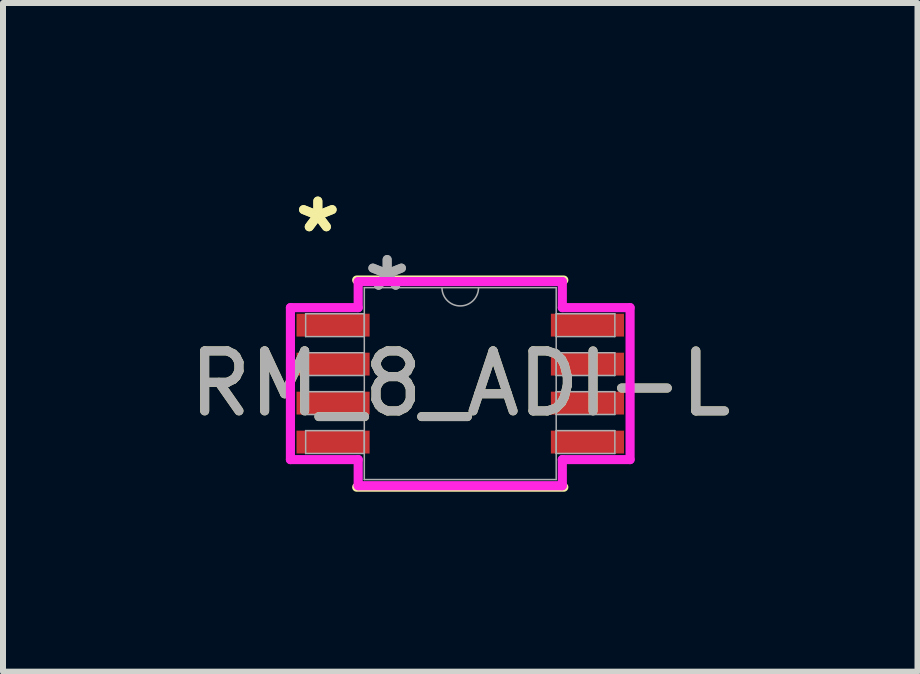
<source format=kicad_pcb>
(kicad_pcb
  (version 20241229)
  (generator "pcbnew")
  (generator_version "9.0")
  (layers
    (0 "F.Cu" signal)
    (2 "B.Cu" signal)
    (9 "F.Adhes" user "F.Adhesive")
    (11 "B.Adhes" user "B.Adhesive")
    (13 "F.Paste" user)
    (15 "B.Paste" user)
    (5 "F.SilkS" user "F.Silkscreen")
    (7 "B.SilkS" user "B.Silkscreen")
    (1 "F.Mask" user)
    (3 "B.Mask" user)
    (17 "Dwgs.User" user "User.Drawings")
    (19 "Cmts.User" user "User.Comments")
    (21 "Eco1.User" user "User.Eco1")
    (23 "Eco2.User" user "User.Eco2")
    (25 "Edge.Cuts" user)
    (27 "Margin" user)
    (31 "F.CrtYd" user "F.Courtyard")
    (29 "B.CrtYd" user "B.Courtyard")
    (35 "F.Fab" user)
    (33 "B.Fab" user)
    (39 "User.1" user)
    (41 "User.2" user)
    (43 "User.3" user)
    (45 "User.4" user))
  (footprint "RM_8_ADI-L"
    (layer "F.Cu")
    (at 4.625 3.347)
    (property "Reference" "RM_8_ADI-L" (at 0 0 0) (unlocked yes) (layer "F.SilkS") (effects (font (size 1 1) (thickness 0.15))))
    (attr smd)
    (fp_line (start -1.727 1.727) (end 1.727 1.727) (stroke (width 0.152) (type solid)) (layer "F.SilkS"))
    (fp_line (start 1.727 -1.727) (end -1.727 -1.727) (stroke (width 0.152) (type solid)) (layer "F.SilkS"))
    (fp_line (start -2.832 -1.267) (end -1.702 -1.267) (stroke (width 0.152) (type solid)) (layer "F.CrtYd"))
    (fp_line (start -2.832 1.267) (end -2.832 -1.267) (stroke (width 0.152) (type solid)) (layer "F.CrtYd"))
    (fp_line (start -2.832 1.267) (end -1.702 1.267) (stroke (width 0.152) (type solid)) (layer "F.CrtYd"))
    (fp_line (start -1.702 -1.702) (end 1.702 -1.702) (stroke (width 0.152) (type solid)) (layer "F.CrtYd"))
    (fp_line (start -1.702 -1.267) (end -1.702 -1.702) (stroke (width 0.152) (type solid)) (layer "F.CrtYd"))
    (fp_line (start -1.702 1.702) (end -1.702 1.267) (stroke (width 0.152) (type solid)) (layer "F.CrtYd"))
    (fp_line (start 1.702 -1.702) (end 1.702 -1.267) (stroke (width 0.152) (type solid)) (layer "F.CrtYd"))
    (fp_line (start 1.702 1.267) (end 1.702 1.702) (stroke (width 0.152) (type solid)) (layer "F.CrtYd"))
    (fp_line (start 1.702 1.702) (end -1.702 1.702) (stroke (width 0.152) (type solid)) (layer "F.CrtYd"))
    (fp_line (start 2.832 -1.267) (end 1.702 -1.267) (stroke (width 0.152) (type solid)) (layer "F.CrtYd"))
    (fp_line (start 2.832 -1.267) (end 2.832 1.267) (stroke (width 0.152) (type solid)) (layer "F.CrtYd"))
    (fp_line (start 2.832 1.267) (end 1.702 1.267) (stroke (width 0.152) (type solid)) (layer "F.CrtYd"))
    (fp_line (start -2.578 -1.165) (end -2.578 -0.784) (stroke (width 0.025) (type solid)) (layer "F.Fab"))
    (fp_line (start -2.578 -0.784) (end -1.6 -0.784) (stroke (width 0.025) (type solid)) (layer "F.Fab"))
    (fp_line (start -2.578 -0.515) (end -2.578 -0.135) (stroke (width 0.025) (type solid)) (layer "F.Fab"))
    (fp_line (start -2.578 -0.135) (end -1.6 -0.135) (stroke (width 0.025) (type solid)) (layer "F.Fab"))
    (fp_line (start -2.578 0.135) (end -2.578 0.515) (stroke (width 0.025) (type solid)) (layer "F.Fab"))
    (fp_line (start -2.578 0.515) (end -1.6 0.515) (stroke (width 0.025) (type solid)) (layer "F.Fab"))
    (fp_line (start -2.578 0.784) (end -2.578 1.165) (stroke (width 0.025) (type solid)) (layer "F.Fab"))
    (fp_line (start -2.578 1.165) (end -1.6 1.165) (stroke (width 0.025) (type solid)) (layer "F.Fab"))
    (fp_line (start -1.6 -1.6) (end -1.6 1.6) (stroke (width 0.025) (type solid)) (layer "F.Fab"))
    (fp_line (start -1.6 -1.165) (end -2.578 -1.165) (stroke (width 0.025) (type solid)) (layer "F.Fab"))
    (fp_line (start -1.6 -0.784) (end -1.6 -1.165) (stroke (width 0.025) (type solid)) (layer "F.Fab"))
    (fp_line (start -1.6 -0.515) (end -2.578 -0.515) (stroke (width 0.025) (type solid)) (layer "F.Fab"))
    (fp_line (start -1.6 -0.135) (end -1.6 -0.515) (stroke (width 0.025) (type solid)) (layer "F.Fab"))
    (fp_line (start -1.6 0.135) (end -2.578 0.135) (stroke (width 0.025) (type solid)) (layer "F.Fab"))
    (fp_line (start -1.6 0.515) (end -1.6 0.135) (stroke (width 0.025) (type solid)) (layer "F.Fab"))
    (fp_line (start -1.6 0.784) (end -2.578 0.784) (stroke (width 0.025) (type solid)) (layer "F.Fab"))
    (fp_line (start -1.6 1.165) (end -1.6 0.784) (stroke (width 0.025) (type solid)) (layer "F.Fab"))
    (fp_line (start -1.6 1.6) (end 1.6 1.6) (stroke (width 0.025) (type solid)) (layer "F.Fab"))
    (fp_line (start 1.6 -1.6) (end -1.6 -1.6) (stroke (width 0.025) (type solid)) (layer "F.Fab"))
    (fp_line (start 1.6 -1.165) (end 1.6 -0.784) (stroke (width 0.025) (type solid)) (layer "F.Fab"))
    (fp_line (start 1.6 -0.784) (end 2.578 -0.784) (stroke (width 0.025) (type solid)) (layer "F.Fab"))
    (fp_line (start 1.6 -0.515) (end 1.6 -0.135) (stroke (width 0.025) (type solid)) (layer "F.Fab"))
    (fp_line (start 1.6 -0.135) (end 2.578 -0.135) (stroke (width 0.025) (type solid)) (layer "F.Fab"))
    (fp_line (start 1.6 0.135) (end 1.6 0.515) (stroke (width 0.025) (type solid)) (layer "F.Fab"))
    (fp_line (start 1.6 0.515) (end 2.578 0.515) (stroke (width 0.025) (type solid)) (layer "F.Fab"))
    (fp_line (start 1.6 0.784) (end 1.6 1.165) (stroke (width 0.025) (type solid)) (layer "F.Fab"))
    (fp_line (start 1.6 1.165) (end 2.578 1.165) (stroke (width 0.025) (type solid)) (layer "F.Fab"))
    (fp_line (start 1.6 1.6) (end 1.6 -1.6) (stroke (width 0.025) (type solid)) (layer "F.Fab"))
    (fp_line (start 2.578 -1.165) (end 1.6 -1.165) (stroke (width 0.025) (type solid)) (layer "F.Fab"))
    (fp_line (start 2.578 -0.784) (end 2.578 -1.165) (stroke (width 0.025) (type solid)) (layer "F.Fab"))
    (fp_line (start 2.578 -0.515) (end 1.6 -0.515) (stroke (width 0.025) (type solid)) (layer "F.Fab"))
    (fp_line (start 2.578 -0.135) (end 2.578 -0.515) (stroke (width 0.025) (type solid)) (layer "F.Fab"))
    (fp_line (start 2.578 0.135) (end 1.6 0.135) (stroke (width 0.025) (type solid)) (layer "F.Fab"))
    (fp_line (start 2.578 0.515) (end 2.578 0.135) (stroke (width 0.025) (type solid)) (layer "F.Fab"))
    (fp_line (start 2.578 0.784) (end 1.6 0.784) (stroke (width 0.025) (type solid)) (layer "F.Fab"))
    (fp_line (start 2.578 1.165) (end 2.578 0.784) (stroke (width 0.025) (type solid)) (layer "F.Fab"))
    (fp_arc (start 0.3048 -1.6002) (mid 0 -1.2954) (end -0.3048 -1.6002) (stroke (width 0.0254) (type solid)) (layer "F.Fab"))
    (fp_text user "*" (at -2.375 -2.499 0) (unlocked yes) (layer "F.SilkS") (effects (font (size 1 1) (thickness 0.15))))
    (fp_text user "*" (at -2.375 -2.499 0) (layer "F.SilkS") (effects (font (size 1 1) (thickness 0.15))))
    (fp_text user "*" (at -1.219 -1.524 0) (layer "F.Fab") (effects (font (size 1 1) (thickness 0.15))))
    (fp_text user "${REFERENCE}" (at 0 0 0) (unlocked yes) (layer "F.Fab") (effects (font (size 1 1) (thickness 0.15))))
    (fp_text user "*" (at -1.219 -1.524 0) (unlocked yes) (layer "F.Fab") (effects (font (size 1 1) (thickness 0.15))))
    (pad "1" smd rect (at -2.121 -0.975) (size 1.219 0.381) (layers "F.Cu" "F.Mask" "F.Paste"))
    (pad "2" smd rect (at -2.121 -0.325) (size 1.219 0.381) (layers "F.Cu" "F.Mask" "F.Paste"))
    (pad "3" smd rect (at -2.121 0.325) (size 1.219 0.381) (layers "F.Cu" "F.Mask" "F.Paste"))
    (pad "4" smd rect (at -2.121 0.975) (size 1.219 0.381) (layers "F.Cu" "F.Mask" "F.Paste"))
    (pad "5" smd rect (at 2.121 0.975) (size 1.219 0.381) (layers "F.Cu" "F.Mask" "F.Paste"))
    (pad "6" smd rect (at 2.121 0.325) (size 1.219 0.381) (layers "F.Cu" "F.Mask" "F.Paste"))
    (pad "7" smd rect (at 2.121 -0.325) (size 1.219 0.381) (layers "F.Cu" "F.Mask" "F.Paste"))
    (pad "8" smd rect (at 2.121 -0.975) (size 1.219 0.381) (layers "F.Cu" "F.Mask" "F.Paste")))
  (gr_rect
    (start -3 -3)
    (end 12.25 8.151)
    (stroke (width 0.1) (type default))
    (fill no)
    (layer "Edge.Cuts")))
</source>
